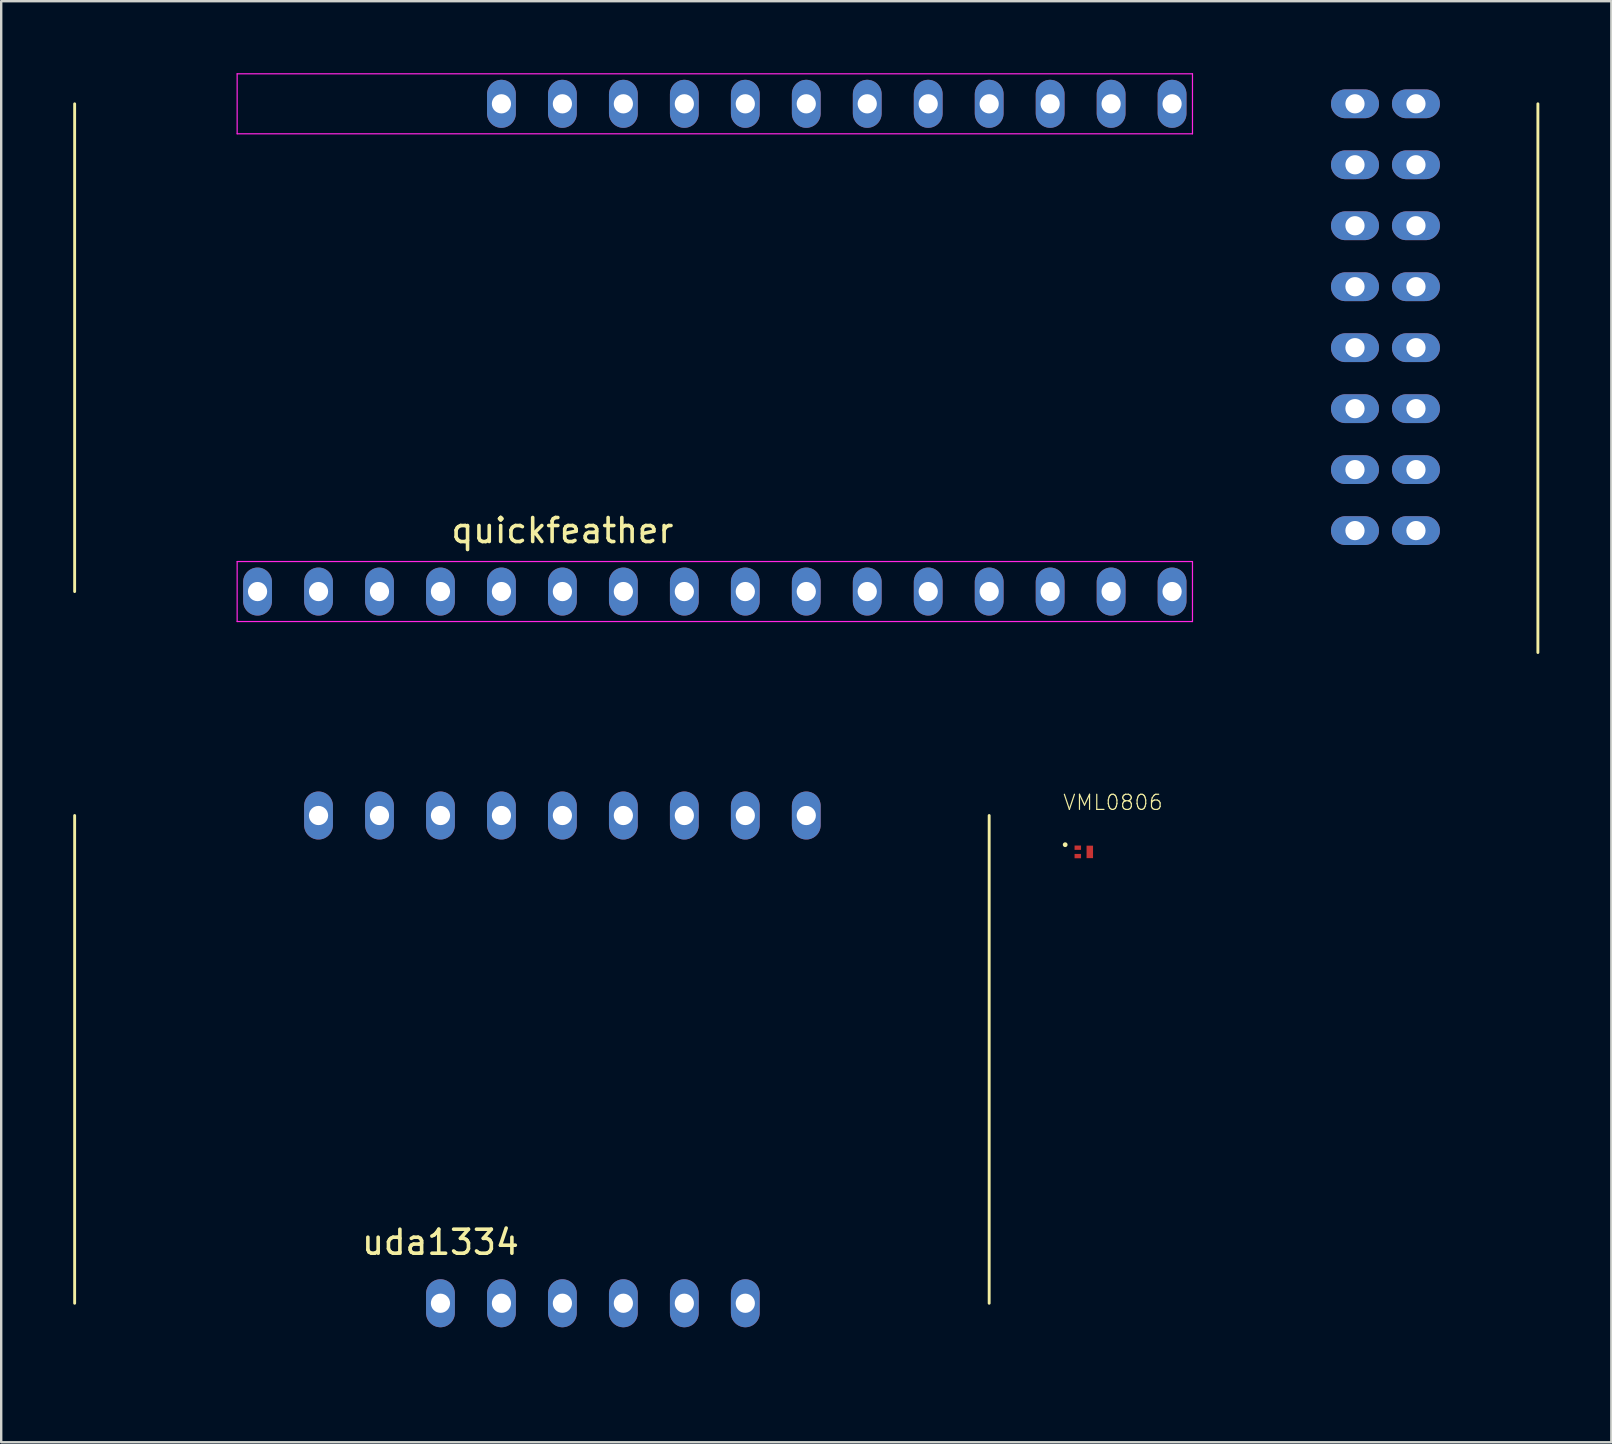
<source format=kicad_pcb>
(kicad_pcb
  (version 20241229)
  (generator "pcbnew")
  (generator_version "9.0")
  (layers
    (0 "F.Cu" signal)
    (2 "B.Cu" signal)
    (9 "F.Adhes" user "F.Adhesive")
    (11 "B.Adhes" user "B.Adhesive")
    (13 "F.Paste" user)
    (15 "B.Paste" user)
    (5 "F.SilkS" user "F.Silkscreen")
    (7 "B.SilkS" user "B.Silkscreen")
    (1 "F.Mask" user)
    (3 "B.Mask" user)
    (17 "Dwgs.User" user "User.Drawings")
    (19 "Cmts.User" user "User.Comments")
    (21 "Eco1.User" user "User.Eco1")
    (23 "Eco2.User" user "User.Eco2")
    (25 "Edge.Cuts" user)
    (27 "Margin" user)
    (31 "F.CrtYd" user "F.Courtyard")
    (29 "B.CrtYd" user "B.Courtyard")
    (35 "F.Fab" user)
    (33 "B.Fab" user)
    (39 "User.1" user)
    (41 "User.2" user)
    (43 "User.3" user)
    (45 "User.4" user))
  (footprint "VML0806"
    (layer "F.Cu")
    (at 42.027 32.441)
    (property "Reference" "VML0806" (at 1.29 -2.06 0) (layer "F.SilkS") (effects (font (size 0.63 0.63) (thickness 0.05))))
    (attr smd)
    (fp_poly (pts (xy -0.36 -0.31) (xy 0.01 -0.31) (xy 0.01 -0.04) (xy -0.36 -0.04)) (stroke (width 0) (type solid)) (fill yes) (layer "F.Mask"))
    (fp_poly (pts (xy -0.36 0.04) (xy 0.01 0.04) (xy 0.01 0.31) (xy -0.36 0.31)) (stroke (width 0) (type solid)) (fill yes) (layer "F.Mask"))
    (fp_poly (pts (xy 0.15 -0.31) (xy 0.5 -0.31) (xy 0.5 0.31) (xy 0.15 0.31)) (stroke (width 0) (type solid)) (fill yes) (layer "F.Mask"))
    (fp_circle (center -0.7 -0.3) (end -0.65 -0.3) (stroke (width 0.1) (type solid)) (fill no) (layer "F.SilkS"))
    (fp_line (start -0.52 -0.47) (end 0.62 -0.47) (stroke (width 0.05) (type solid)) (layer "Eco1.User"))
    (fp_line (start -0.52 0.47) (end -0.52 -0.47) (stroke (width 0.05) (type solid)) (layer "Eco1.User"))
    (fp_line (start 0.62 -0.47) (end 0.62 0.47) (stroke (width 0.05) (type solid)) (layer "Eco1.User"))
    (fp_line (start 0.62 0.47) (end -0.52 0.47) (stroke (width 0.05) (type solid)) (layer "Eco1.User"))
    (fp_line (start -0.37 -0.32) (end 0.47 -0.32) (stroke (width 0.127) (type solid)) (layer "Eco2.User"))
    (fp_line (start -0.37 0.32) (end -0.37 -0.32) (stroke (width 0.127) (type solid)) (layer "Eco2.User"))
    (fp_line (start 0.47 -0.32) (end 0.47 0.32) (stroke (width 0.127) (type solid)) (layer "Eco2.User"))
    (fp_line (start 0.47 0.32) (end -0.37 0.32) (stroke (width 0.127) (type solid)) (layer "Eco2.User"))
    (fp_circle (center -0.7 -0.3) (end -0.65 -0.3) (stroke (width 0.1) (type solid)) (fill no) (layer "Eco2.User"))
    (pad "1" smd rect (at -0.175 -0.175) (size 0.27 0.18) (layers "F.Cu" "F.Mask" "F.Paste"))
    (pad "2" smd rect (at -0.175 0.175) (size 0.27 0.18) (layers "F.Cu" "F.Mask" "F.Paste"))
    (pad "3" smd rect (at 0.325 0) (size 0.27 0.52) (layers "F.Cu" "F.Mask" "F.Paste")))
  (footprint "uda1334"
    (layer "F.Cu")
    (at 20.38 53.785)
    (property "Reference" "uda1334" (at -5.08 -5.08 0) (layer "F.SilkS") (effects (font (size 1 1) (thickness 0.15))))
    (attr through_hole)
    (fp_line (start -20.32 -22.86) (end -20.32 -2.54) (stroke (width 0.12) (type solid)) (layer "F.SilkS"))
    (fp_line (start 17.78 -22.86) (end 17.78 -2.54) (stroke (width 0.12) (type solid)) (layer "F.SilkS"))
    (pad "1" thru_hole oval (at -5.08 -2.54) (size 1.2 2) (drill 0.8) (layers "*.Cu" "*.Mask"))
    (pad "2" thru_hole oval (at -2.54 -2.54) (size 1.2 2) (drill 0.8) (layers "*.Cu" "*.Mask"))
    (pad "3" thru_hole oval (at 0 -2.54) (size 1.2 2) (drill 0.8) (layers "*.Cu" "*.Mask"))
    (pad "4" thru_hole oval (at 2.54 -2.54) (size 1.2 2) (drill 0.8) (layers "*.Cu" "*.Mask"))
    (pad "5" thru_hole oval (at 5.08 -2.54) (size 1.2 2) (drill 0.8) (layers "*.Cu" "*.Mask"))
    (pad "6" thru_hole oval (at 7.62 -2.54) (size 1.2 2) (drill 0.8) (layers "*.Cu" "*.Mask"))
    (pad "7" thru_hole oval (at 10.16 -22.86) (size 1.2 2) (drill 0.8) (layers "*.Cu" "*.Mask"))
    (pad "8" thru_hole oval (at 7.62 -22.86) (size 1.2 2) (drill 0.8) (layers "*.Cu" "*.Mask"))
    (pad "9" thru_hole oval (at 5.08 -22.86) (size 1.2 2) (drill 0.8) (layers "*.Cu" "*.Mask"))
    (pad "10" thru_hole oval (at 2.54 -22.86) (size 1.2 2) (drill 0.8) (layers "*.Cu" "*.Mask"))
    (pad "11" thru_hole oval (at 0 -22.86) (size 1.2 2) (drill 0.8) (layers "*.Cu" "*.Mask"))
    (pad "12" thru_hole oval (at -2.54 -22.86) (size 1.2 2) (drill 0.8) (layers "*.Cu" "*.Mask"))
    (pad "13" thru_hole oval (at -5.08 -22.86) (size 1.2 2) (drill 0.8) (layers "*.Cu" "*.Mask"))
    (pad "14" thru_hole oval (at -7.62 -22.86) (size 1.2 2) (drill 0.8) (layers "*.Cu" "*.Mask"))
    (pad "15" thru_hole oval (at -10.16 -22.86) (size 1.2 2) (drill 0.8) (layers "*.Cu" "*.Mask")))
  (footprint "quickfeather"
    (layer "F.Cu")
    (at 25.46 26.675)
    (property "Reference" "quickfeather" (at -5.08 -7.62 0) (layer "F.SilkS") (effects (font (size 1 1) (thickness 0.15))))
    (attr through_hole)
    (fp_line (start -25.4 -25.4) (end -25.4 -5.08) (stroke (width 0.12) (type solid)) (layer "F.SilkS"))
    (fp_line (start 35.56 -25.4) (end 35.56 -2.54) (stroke (width 0.12) (type solid)) (layer "F.SilkS"))
    (fp_line (start -18.63 -26.65) (end 21.17 -26.65) (stroke (width 0.05) (type solid)) (layer "F.CrtYd"))
    (fp_line (start -18.63 -24.15) (end -18.63 -26.65) (stroke (width 0.05) (type solid)) (layer "F.CrtYd"))
    (fp_line (start -18.63 -6.33) (end 21.17 -6.33) (stroke (width 0.05) (type solid)) (layer "F.CrtYd"))
    (fp_line (start -18.63 -3.83) (end -18.63 -6.33) (stroke (width 0.05) (type solid)) (layer "F.CrtYd"))
    (fp_line (start 21.17 -26.65) (end 21.17 -24.15) (stroke (width 0.05) (type solid)) (layer "F.CrtYd"))
    (fp_line (start 21.17 -24.15) (end -18.63 -24.15) (stroke (width 0.05) (type solid)) (layer "F.CrtYd"))
    (fp_line (start 21.17 -6.33) (end 21.17 -3.83) (stroke (width 0.05) (type solid)) (layer "F.CrtYd"))
    (fp_line (start 21.17 -3.83) (end -18.63 -3.83) (stroke (width 0.05) (type solid)) (layer "F.CrtYd"))
    (pad "1" thru_hole oval (at 20.32 -5.08) (size 1.2 2) (drill 0.8) (layers "*.Cu" "*.Mask"))
    (pad "2" thru_hole oval (at 17.78 -5.08) (size 1.2 2) (drill 0.8) (layers "*.Cu" "*.Mask"))
    (pad "3" thru_hole oval (at 15.24 -5.08) (size 1.2 2) (drill 0.8) (layers "*.Cu" "*.Mask"))
    (pad "4" thru_hole oval (at 12.7 -5.08) (size 1.2 2) (drill 0.8) (layers "*.Cu" "*.Mask"))
    (pad "5" thru_hole oval (at 10.16 -5.08) (size 1.2 2) (drill 0.8) (layers "*.Cu" "*.Mask"))
    (pad "6" thru_hole oval (at 7.62 -5.08) (size 1.2 2) (drill 0.8) (layers "*.Cu" "*.Mask"))
    (pad "7" thru_hole oval (at 5.08 -5.08) (size 1.2 2) (drill 0.8) (layers "*.Cu" "*.Mask"))
    (pad "8" thru_hole oval (at 2.54 -5.08) (size 1.2 2) (drill 0.8) (layers "*.Cu" "*.Mask"))
    (pad "9" thru_hole oval (at 0 -5.08) (size 1.2 2) (drill 0.8) (layers "*.Cu" "*.Mask"))
    (pad "10" thru_hole oval (at -2.54 -5.08) (size 1.2 2) (drill 0.8) (layers "*.Cu" "*.Mask"))
    (pad "11" thru_hole oval (at -5.08 -5.08) (size 1.2 2) (drill 0.8) (layers "*.Cu" "*.Mask"))
    (pad "12" thru_hole oval (at -7.62 -5.08) (size 1.2 2) (drill 0.8) (layers "*.Cu" "*.Mask"))
    (pad "13" thru_hole oval (at -10.16 -5.08) (size 1.2 2) (drill 0.8) (layers "*.Cu" "*.Mask"))
    (pad "14" thru_hole oval (at -12.7 -5.08) (size 1.2 2) (drill 0.8) (layers "*.Cu" "*.Mask"))
    (pad "15" thru_hole oval (at -15.24 -5.08) (size 1.2 2) (drill 0.8) (layers "*.Cu" "*.Mask"))
    (pad "16" thru_hole oval (at -17.78 -5.08) (size 1.2 2) (drill 0.8) (layers "*.Cu" "*.Mask"))
    (pad "17" thru_hole oval (at 27.94 -25.4 90) (size 1.2 2) (drill 0.8) (layers "*.Cu" "*.Mask"))
    (pad "18" thru_hole oval (at 27.94 -22.86 90) (size 1.2 2) (drill 0.8) (layers "*.Cu" "*.Mask"))
    (pad "19" thru_hole oval (at 27.94 -20.32 90) (size 1.2 2) (drill 0.8) (layers "*.Cu" "*.Mask"))
    (pad "20" thru_hole oval (at 27.94 -17.78 90) (size 1.2 2) (drill 0.8) (layers "*.Cu" "*.Mask"))
    (pad "21" thru_hole oval (at 27.94 -15.24 90) (size 1.2 2) (drill 0.8) (layers "*.Cu" "*.Mask"))
    (pad "22" thru_hole oval (at 27.94 -12.7 90) (size 1.2 2) (drill 0.8) (layers "*.Cu" "*.Mask"))
    (pad "23" thru_hole oval (at 27.94 -10.16 90) (size 1.2 2) (drill 0.8) (layers "*.Cu" "*.Mask"))
    (pad "24" thru_hole oval (at 27.94 -7.62 90) (size 1.2 2) (drill 0.8) (layers "*.Cu" "*.Mask"))
    (pad "25" thru_hole oval (at 20.32 -25.4) (size 1.2 2) (drill 0.8) (layers "*.Cu" "*.Mask"))
    (pad "26" thru_hole oval (at 17.78 -25.4) (size 1.2 2) (drill 0.8) (layers "*.Cu" "*.Mask"))
    (pad "27" thru_hole oval (at 15.24 -25.4) (size 1.2 2) (drill 0.8) (layers "*.Cu" "*.Mask"))
    (pad "28" thru_hole oval (at 12.7 -25.4) (size 1.2 2) (drill 0.8) (layers "*.Cu" "*.Mask"))
    (pad "29" thru_hole oval (at 10.16 -25.4) (size 1.2 2) (drill 0.8) (layers "*.Cu" "*.Mask"))
    (pad "30" thru_hole oval (at 7.62 -25.4) (size 1.2 2) (drill 0.8) (layers "*.Cu" "*.Mask"))
    (pad "31" thru_hole oval (at 5.08 -25.4) (size 1.2 2) (drill 0.8) (layers "*.Cu" "*.Mask"))
    (pad "32" thru_hole oval (at 2.54 -25.4) (size 1.2 2) (drill 0.8) (layers "*.Cu" "*.Mask"))
    (pad "33" thru_hole oval (at 0 -25.4) (size 1.2 2) (drill 0.8) (layers "*.Cu" "*.Mask"))
    (pad "34" thru_hole oval (at -2.54 -25.4) (size 1.2 2) (drill 0.8) (layers "*.Cu" "*.Mask"))
    (pad "35" thru_hole oval (at -5.08 -25.4) (size 1.2 2) (drill 0.8) (layers "*.Cu" "*.Mask"))
    (pad "36" thru_hole oval (at -7.62 -25.4) (size 1.2 2) (drill 0.8) (layers "*.Cu" "*.Mask"))
    (pad "37" thru_hole oval (at 30.48 -25.4 90) (size 1.2 2) (drill 0.8) (layers "*.Cu" "*.Mask"))
    (pad "38" thru_hole oval (at 30.48 -22.86 90) (size 1.2 2) (drill 0.8) (layers "*.Cu" "*.Mask"))
    (pad "39" thru_hole oval (at 30.48 -20.32 90) (size 1.2 2) (drill 0.8) (layers "*.Cu" "*.Mask"))
    (pad "40" thru_hole oval (at 30.48 -17.78 90) (size 1.2 2) (drill 0.8) (layers "*.Cu" "*.Mask"))
    (pad "41" thru_hole oval (at 30.48 -15.24 90) (size 1.2 2) (drill 0.8) (layers "*.Cu" "*.Mask"))
    (pad "42" thru_hole oval (at 30.48 -12.7 90) (size 1.2 2) (drill 0.8) (layers "*.Cu" "*.Mask"))
    (pad "43" thru_hole oval (at 30.48 -10.16 90) (size 1.2 2) (drill 0.8) (layers "*.Cu" "*.Mask"))
    (pad "44" thru_hole oval (at 30.48 -7.62 90) (size 1.2 2) (drill 0.8) (layers "*.Cu" "*.Mask")))
  (gr_rect
    (start -3 -3)
    (end 64.08 57.035)
    (stroke (width 0.1) (type default))
    (fill no)
    (layer "Edge.Cuts")))
</source>
